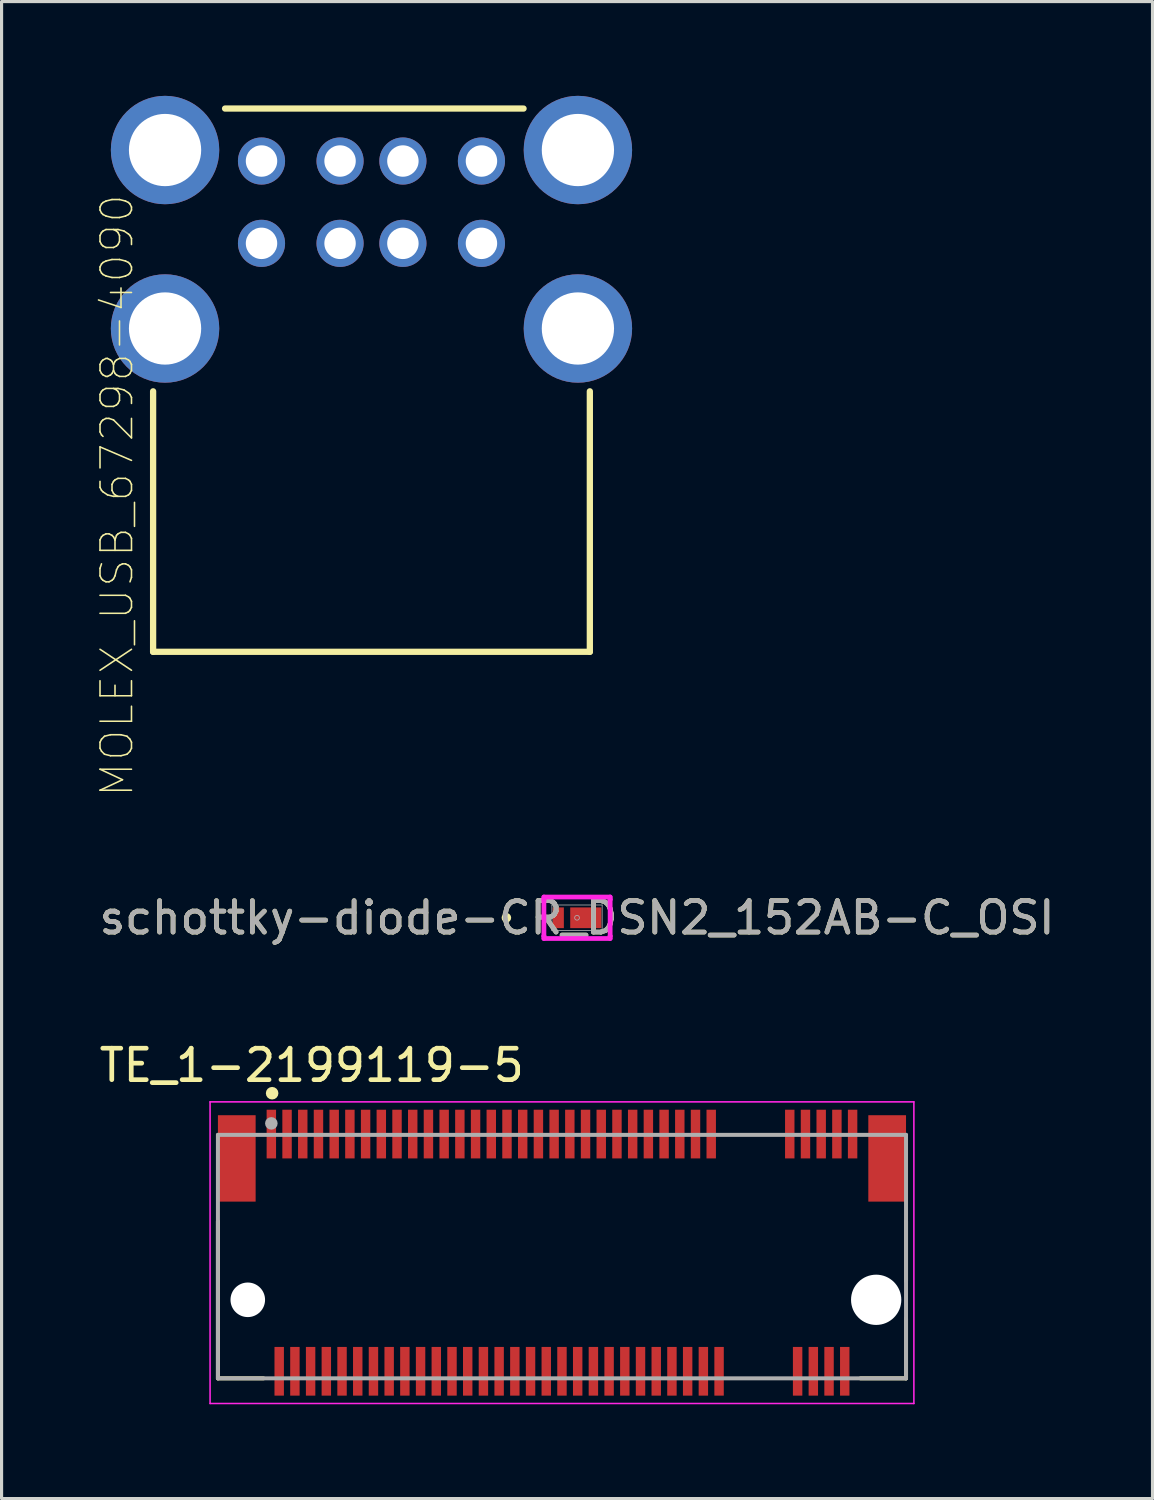
<source format=kicad_pcb>
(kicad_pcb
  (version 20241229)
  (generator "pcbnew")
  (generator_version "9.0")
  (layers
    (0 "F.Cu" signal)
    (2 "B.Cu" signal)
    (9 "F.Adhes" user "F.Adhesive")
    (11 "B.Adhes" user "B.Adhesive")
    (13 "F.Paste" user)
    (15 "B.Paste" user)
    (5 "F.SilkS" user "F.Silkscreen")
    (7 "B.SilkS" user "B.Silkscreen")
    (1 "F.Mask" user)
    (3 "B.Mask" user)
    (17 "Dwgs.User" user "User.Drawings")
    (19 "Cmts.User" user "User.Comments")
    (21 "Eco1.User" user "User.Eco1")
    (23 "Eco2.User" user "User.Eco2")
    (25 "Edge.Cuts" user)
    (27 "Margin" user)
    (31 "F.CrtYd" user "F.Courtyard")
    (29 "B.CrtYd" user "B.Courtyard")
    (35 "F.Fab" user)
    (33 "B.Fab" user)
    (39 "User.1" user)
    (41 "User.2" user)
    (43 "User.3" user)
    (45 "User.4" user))
  (footprint "TE_1-2199119-5"
    (layer "F.Cu")
    (at 14.836 36.819)
    (property "Reference" "TE_1-2199119-5" (at -7.965 -5.962 0) (layer "F.SilkS") (effects (font (size 1.001 1.001) (thickness 0.15))))
    (attr smd)
    (fp_line (start -10.95 -1) (end -10.95 4) (stroke (width 0.127) (type solid)) (layer "F.SilkS"))
    (fp_line (start -10.95 4) (end -9.5 4) (stroke (width 0.127) (type solid)) (layer "F.SilkS"))
    (fp_line (start 9.5 4) (end 10.95 4) (stroke (width 0.127) (type solid)) (layer "F.SilkS"))
    (fp_line (start 10.95 0.9) (end 10.95 -1) (stroke (width 0.127) (type solid)) (layer "F.SilkS"))
    (fp_line (start 10.95 4) (end 10.95 2.1) (stroke (width 0.127) (type solid)) (layer "F.SilkS"))
    (fp_circle (center -9.225 -5.075) (end -9.125 -5.075) (stroke (width 0.2) (type solid)) (fill no) (layer "F.SilkS"))
    (fp_line (start -11.2 -4.8) (end 11.2 -4.8) (stroke (width 0.05) (type solid)) (layer "F.CrtYd"))
    (fp_line (start -11.2 4.8) (end -11.2 -4.8) (stroke (width 0.05) (type solid)) (layer "F.CrtYd"))
    (fp_line (start 11.2 -4.8) (end 11.2 4.8) (stroke (width 0.05) (type solid)) (layer "F.CrtYd"))
    (fp_line (start 11.2 4.8) (end -11.2 4.8) (stroke (width 0.05) (type solid)) (layer "F.CrtYd"))
    (fp_line (start -10.95 -3.75) (end 10.95 -3.75) (stroke (width 0.127) (type solid)) (layer "F.Fab"))
    (fp_line (start -10.95 4) (end -10.95 -3.75) (stroke (width 0.127) (type solid)) (layer "F.Fab"))
    (fp_line (start 10.95 -3.75) (end 10.95 4) (stroke (width 0.127) (type solid)) (layer "F.Fab"))
    (fp_line (start 10.95 4) (end -10.95 4) (stroke (width 0.127) (type solid)) (layer "F.Fab"))
    (fp_circle (center -9.25 -4.115) (end -9.15 -4.115) (stroke (width 0.2) (type solid)) (fill no) (layer "F.Fab"))
    (pad "" np_thru_hole circle (at -10 1.5) (size 1.1 1.1) (drill 1.1) (layers "*.Cu" "*.Mask"))
    (pad "" np_thru_hole circle (at 10 1.5) (size 1.6 1.6) (drill 1.6) (layers "*.Cu" "*.Mask"))
    (pad "1" smd rect (at -9.25 -3.775) (size 0.3 1.55) (layers "F.Cu" "F.Mask" "F.Paste"))
    (pad "2" smd rect (at -9 3.775) (size 0.3 1.55) (layers "F.Cu" "F.Mask" "F.Paste"))
    (pad "3" smd rect (at -8.75 -3.775) (size 0.3 1.55) (layers "F.Cu" "F.Mask" "F.Paste"))
    (pad "4" smd rect (at -8.5 3.775) (size 0.3 1.55) (layers "F.Cu" "F.Mask" "F.Paste"))
    (pad "5" smd rect (at -8.25 -3.775) (size 0.3 1.55) (layers "F.Cu" "F.Mask" "F.Paste"))
    (pad "6" smd rect (at -8 3.775) (size 0.3 1.55) (layers "F.Cu" "F.Mask" "F.Paste"))
    (pad "7" smd rect (at -7.75 -3.775) (size 0.3 1.55) (layers "F.Cu" "F.Mask" "F.Paste"))
    (pad "8" smd rect (at -7.5 3.775) (size 0.3 1.55) (layers "F.Cu" "F.Mask" "F.Paste"))
    (pad "9" smd rect (at -7.25 -3.775) (size 0.3 1.55) (layers "F.Cu" "F.Mask" "F.Paste"))
    (pad "10" smd rect (at -7 3.775) (size 0.3 1.55) (layers "F.Cu" "F.Mask" "F.Paste"))
    (pad "11" smd rect (at -6.75 -3.775) (size 0.3 1.55) (layers "F.Cu" "F.Mask" "F.Paste"))
    (pad "12" smd rect (at -6.5 3.775) (size 0.3 1.55) (layers "F.Cu" "F.Mask" "F.Paste"))
    (pad "13" smd rect (at -6.25 -3.775) (size 0.3 1.55) (layers "F.Cu" "F.Mask" "F.Paste"))
    (pad "14" smd rect (at -6 3.775) (size 0.3 1.55) (layers "F.Cu" "F.Mask" "F.Paste"))
    (pad "15" smd rect (at -5.75 -3.775) (size 0.3 1.55) (layers "F.Cu" "F.Mask" "F.Paste"))
    (pad "16" smd rect (at -5.5 3.775) (size 0.3 1.55) (layers "F.Cu" "F.Mask" "F.Paste"))
    (pad "17" smd rect (at -5.25 -3.775) (size 0.3 1.55) (layers "F.Cu" "F.Mask" "F.Paste"))
    (pad "18" smd rect (at -5 3.775) (size 0.3 1.55) (layers "F.Cu" "F.Mask" "F.Paste"))
    (pad "19" smd rect (at -4.75 -3.775) (size 0.3 1.55) (layers "F.Cu" "F.Mask" "F.Paste"))
    (pad "20" smd rect (at -4.5 3.775) (size 0.3 1.55) (layers "F.Cu" "F.Mask" "F.Paste"))
    (pad "21" smd rect (at -4.25 -3.775) (size 0.3 1.55) (layers "F.Cu" "F.Mask" "F.Paste"))
    (pad "22" smd rect (at -4 3.775) (size 0.3 1.55) (layers "F.Cu" "F.Mask" "F.Paste"))
    (pad "23" smd rect (at -3.75 -3.775) (size 0.3 1.55) (layers "F.Cu" "F.Mask" "F.Paste"))
    (pad "24" smd rect (at -3.5 3.775) (size 0.3 1.55) (layers "F.Cu" "F.Mask" "F.Paste"))
    (pad "25" smd rect (at -3.25 -3.775) (size 0.3 1.55) (layers "F.Cu" "F.Mask" "F.Paste"))
    (pad "26" smd rect (at -3 3.775) (size 0.3 1.55) (layers "F.Cu" "F.Mask" "F.Paste"))
    (pad "27" smd rect (at -2.75 -3.775) (size 0.3 1.55) (layers "F.Cu" "F.Mask" "F.Paste"))
    (pad "28" smd rect (at -2.5 3.775) (size 0.3 1.55) (layers "F.Cu" "F.Mask" "F.Paste"))
    (pad "29" smd rect (at -2.25 -3.775) (size 0.3 1.55) (layers "F.Cu" "F.Mask" "F.Paste"))
    (pad "30" smd rect (at -2 3.775) (size 0.3 1.55) (layers "F.Cu" "F.Mask" "F.Paste"))
    (pad "31" smd rect (at -1.75 -3.775) (size 0.3 1.55) (layers "F.Cu" "F.Mask" "F.Paste"))
    (pad "32" smd rect (at -1.5 3.775) (size 0.3 1.55) (layers "F.Cu" "F.Mask" "F.Paste"))
    (pad "33" smd rect (at -1.25 -3.775) (size 0.3 1.55) (layers "F.Cu" "F.Mask" "F.Paste"))
    (pad "34" smd rect (at -1 3.775) (size 0.3 1.55) (layers "F.Cu" "F.Mask" "F.Paste"))
    (pad "35" smd rect (at -0.75 -3.775) (size 0.3 1.55) (layers "F.Cu" "F.Mask" "F.Paste"))
    (pad "36" smd rect (at -0.5 3.775) (size 0.3 1.55) (layers "F.Cu" "F.Mask" "F.Paste"))
    (pad "37" smd rect (at -0.25 -3.775) (size 0.3 1.55) (layers "F.Cu" "F.Mask" "F.Paste"))
    (pad "38" smd rect (at 0 3.775) (size 0.3 1.55) (layers "F.Cu" "F.Mask" "F.Paste"))
    (pad "39" smd rect (at 0.25 -3.775) (size 0.3 1.55) (layers "F.Cu" "F.Mask" "F.Paste"))
    (pad "40" smd rect (at 0.5 3.775) (size 0.3 1.55) (layers "F.Cu" "F.Mask" "F.Paste"))
    (pad "41" smd rect (at 0.75 -3.775) (size 0.3 1.55) (layers "F.Cu" "F.Mask" "F.Paste"))
    (pad "42" smd rect (at 1 3.775) (size 0.3 1.55) (layers "F.Cu" "F.Mask" "F.Paste"))
    (pad "43" smd rect (at 1.25 -3.775) (size 0.3 1.55) (layers "F.Cu" "F.Mask" "F.Paste"))
    (pad "44" smd rect (at 1.5 3.775) (size 0.3 1.55) (layers "F.Cu" "F.Mask" "F.Paste"))
    (pad "45" smd rect (at 1.75 -3.775) (size 0.3 1.55) (layers "F.Cu" "F.Mask" "F.Paste"))
    (pad "46" smd rect (at 2 3.775) (size 0.3 1.55) (layers "F.Cu" "F.Mask" "F.Paste"))
    (pad "47" smd rect (at 2.25 -3.775) (size 0.3 1.55) (layers "F.Cu" "F.Mask" "F.Paste"))
    (pad "48" smd rect (at 2.5 3.775) (size 0.3 1.55) (layers "F.Cu" "F.Mask" "F.Paste"))
    (pad "49" smd rect (at 2.75 -3.775) (size 0.3 1.55) (layers "F.Cu" "F.Mask" "F.Paste"))
    (pad "50" smd rect (at 3 3.775) (size 0.3 1.55) (layers "F.Cu" "F.Mask" "F.Paste"))
    (pad "51" smd rect (at 3.25 -3.775) (size 0.3 1.55) (layers "F.Cu" "F.Mask" "F.Paste"))
    (pad "52" smd rect (at 3.5 3.775) (size 0.3 1.55) (layers "F.Cu" "F.Mask" "F.Paste"))
    (pad "53" smd rect (at 3.75 -3.775) (size 0.3 1.55) (layers "F.Cu" "F.Mask" "F.Paste"))
    (pad "54" smd rect (at 4 3.775) (size 0.3 1.55) (layers "F.Cu" "F.Mask" "F.Paste"))
    (pad "55" smd rect (at 4.25 -3.775) (size 0.3 1.55) (layers "F.Cu" "F.Mask" "F.Paste"))
    (pad "56" smd rect (at 4.5 3.775) (size 0.3 1.55) (layers "F.Cu" "F.Mask" "F.Paste"))
    (pad "57" smd rect (at 4.75 -3.775) (size 0.3 1.55) (layers "F.Cu" "F.Mask" "F.Paste"))
    (pad "58" smd rect (at 5 3.775) (size 0.3 1.55) (layers "F.Cu" "F.Mask" "F.Paste"))
    (pad "67" smd rect (at 7.25 -3.775) (size 0.3 1.55) (layers "F.Cu" "F.Mask" "F.Paste"))
    (pad "68" smd rect (at 7.5 3.775) (size 0.3 1.55) (layers "F.Cu" "F.Mask" "F.Paste"))
    (pad "69" smd rect (at 7.75 -3.775) (size 0.3 1.55) (layers "F.Cu" "F.Mask" "F.Paste"))
    (pad "70" smd rect (at 8 3.775) (size 0.3 1.55) (layers "F.Cu" "F.Mask" "F.Paste"))
    (pad "71" smd rect (at 8.25 -3.775) (size 0.3 1.55) (layers "F.Cu" "F.Mask" "F.Paste"))
    (pad "72" smd rect (at 8.5 3.775) (size 0.3 1.55) (layers "F.Cu" "F.Mask" "F.Paste"))
    (pad "73" smd rect (at 8.75 -3.775) (size 0.3 1.55) (layers "F.Cu" "F.Mask" "F.Paste"))
    (pad "74" smd rect (at 9 3.775) (size 0.3 1.55) (layers "F.Cu" "F.Mask" "F.Paste"))
    (pad "75" smd rect (at 9.25 -3.775) (size 0.3 1.55) (layers "F.Cu" "F.Mask" "F.Paste"))
    (pad "SH1" smd rect (at -10.35 -3) (size 1.2 2.75) (layers "F.Cu" "F.Mask" "F.Paste"))
    (pad "SH2" smd rect (at 10.35 -3) (size 1.2 2.75) (layers "F.Cu" "F.Mask" "F.Paste")))
  (footprint "schottky-diode-CR_DSN2_152AB-C_OSI"
    (layer "F.Cu")
    (at 15.315 26.16)
    (property "Reference" "schottky-diode-CR_DSN2_152AB-C_OSI" (at 0 0 0) (unlocked yes) (layer "F.SilkS") (effects (font (size 1 1) (thickness 0.15))))
    (attr smd)
    (fp_circle (center -2.248 0) (end -2.172 0) (stroke (width 0.152) (type solid)) (fill no) (layer "F.SilkS"))
    (fp_line (start -1.054 -0.66) (end 1.054 -0.66) (stroke (width 0.152) (type solid)) (layer "F.CrtYd"))
    (fp_line (start -1.054 -0.584) (end -1.054 -0.66) (stroke (width 0.152) (type solid)) (layer "F.CrtYd"))
    (fp_line (start -1.054 -0.584) (end -1.054 -0.584) (stroke (width 0.152) (type solid)) (layer "F.CrtYd"))
    (fp_line (start -1.054 0.584) (end -1.054 -0.584) (stroke (width 0.152) (type solid)) (layer "F.CrtYd"))
    (fp_line (start -1.054 0.584) (end -1.054 0.584) (stroke (width 0.152) (type solid)) (layer "F.CrtYd"))
    (fp_line (start -1.054 0.66) (end -1.054 0.584) (stroke (width 0.152) (type solid)) (layer "F.CrtYd"))
    (fp_line (start 1.054 -0.66) (end 1.054 -0.584) (stroke (width 0.152) (type solid)) (layer "F.CrtYd"))
    (fp_line (start 1.054 -0.584) (end 1.054 -0.584) (stroke (width 0.152) (type solid)) (layer "F.CrtYd"))
    (fp_line (start 1.054 -0.584) (end 1.054 0.584) (stroke (width 0.152) (type solid)) (layer "F.CrtYd"))
    (fp_line (start 1.054 0.584) (end 1.054 0.584) (stroke (width 0.152) (type solid)) (layer "F.CrtYd"))
    (fp_line (start 1.054 0.584) (end 1.054 0.66) (stroke (width 0.152) (type solid)) (layer "F.CrtYd"))
    (fp_line (start 1.054 0.66) (end -1.054 0.66) (stroke (width 0.152) (type solid)) (layer "F.CrtYd"))
    (fp_line (start -0.8 -0.406) (end -0.8 0.406) (stroke (width 0.025) (type solid)) (layer "F.Fab"))
    (fp_line (start -0.8 0.406) (end 0.8 0.406) (stroke (width 0.025) (type solid)) (layer "F.Fab"))
    (fp_line (start 0.8 -0.406) (end -0.8 -0.406) (stroke (width 0.025) (type solid)) (layer "F.Fab"))
    (fp_line (start 0.8 0.406) (end 0.8 -0.406) (stroke (width 0.025) (type solid)) (layer "F.Fab"))
    (fp_circle (center 0 0) (end 0.076 0) (stroke (width 0.025) (type solid)) (fill no) (layer "F.Fab"))
    (fp_text user "${REFERENCE}" (at 0 0 0) (unlocked yes) (layer "F.Fab") (effects (font (size 1 1) (thickness 0.15))))
    (pad "1" smd rect (at -0.597 0) (size 0.356 0.66) (layers "F.Cu" "F.Mask" "F.Paste"))
    (pad "2" smd rect (at 0.279 0) (size 0.991 0.66) (layers "F.Cu" "F.Mask" "F.Paste")))
  (footprint "MOLEX_USB_67298-4090"
    (layer "F.Cu")
    (at 8.773 7.405)
    (property "Reference" "MOLEX_USB_67298-4090" (at -8.099 5.319 90) (layer "F.SilkS") (effects (font (size 1.002 1.002) (thickness 0.05))))
    (attr through_hole)
    (fp_line (start -6.95 10.29) (end -6.95 2) (stroke (width 0.2) (type solid)) (layer "F.SilkS"))
    (fp_line (start -6.95 10.29) (end 6.95 10.29) (stroke (width 0.2) (type solid)) (layer "F.SilkS"))
    (fp_line (start -4.66 -7) (end 4.84 -7) (stroke (width 0.2) (type solid)) (layer "F.SilkS"))
    (fp_line (start 6.95 2) (end 6.95 10.29) (stroke (width 0.2) (type solid)) (layer "F.SilkS"))
    (fp_line (start -7.8 -7.25) (end 7.8 -7.25) (stroke (width 0.05) (type solid)) (layer "Eco1.User"))
    (fp_line (start -7.8 -4.5) (end -7.8 -7.25) (stroke (width 0.05) (type solid)) (layer "Eco1.User"))
    (fp_line (start -7.8 -1.25) (end -7.2 -1.25) (stroke (width 0.05) (type solid)) (layer "Eco1.User"))
    (fp_line (start -7.8 1.25) (end -7.8 -1.25) (stroke (width 0.05) (type solid)) (layer "Eco1.User"))
    (fp_line (start -7.2 -4.5) (end -7.8 -4.5) (stroke (width 0.05) (type solid)) (layer "Eco1.User"))
    (fp_line (start -7.2 -1.25) (end -7.2 -4.5) (stroke (width 0.05) (type solid)) (layer "Eco1.User"))
    (fp_line (start -7.2 1.25) (end -7.8 1.25) (stroke (width 0.05) (type solid)) (layer "Eco1.User"))
    (fp_line (start -7.2 10.45) (end -7.2 1.25) (stroke (width 0.05) (type solid)) (layer "Eco1.User"))
    (fp_line (start 7.2 -4.5) (end 7.2 -1.25) (stroke (width 0.05) (type solid)) (layer "Eco1.User"))
    (fp_line (start 7.2 -1.25) (end 7.8 -1.25) (stroke (width 0.05) (type solid)) (layer "Eco1.User"))
    (fp_line (start 7.2 1.25) (end 7.2 10.45) (stroke (width 0.05) (type solid)) (layer "Eco1.User"))
    (fp_line (start 7.2 10.45) (end -7.2 10.45) (stroke (width 0.05) (type solid)) (layer "Eco1.User"))
    (fp_line (start 7.8 -7.25) (end 7.8 -4.5) (stroke (width 0.05) (type solid)) (layer "Eco1.User"))
    (fp_line (start 7.8 -4.5) (end 7.2 -4.5) (stroke (width 0.05) (type solid)) (layer "Eco1.User"))
    (fp_line (start 7.8 -1.25) (end 7.8 1.25) (stroke (width 0.05) (type solid)) (layer "Eco1.User"))
    (fp_line (start 7.8 1.25) (end 7.2 1.25) (stroke (width 0.05) (type solid)) (layer "Eco1.User"))
    (pad "1" thru_hole circle (at -3.5 -5.33) (size 1.5 1.5) (drill 1) (layers "*.Cu" "*.Mask"))
    (pad "2" thru_hole circle (at -1 -5.33) (size 1.5 1.5) (drill 1) (layers "*.Cu" "*.Mask"))
    (pad "3" thru_hole circle (at 1 -5.33) (size 1.5 1.5) (drill 1) (layers "*.Cu" "*.Mask"))
    (pad "4" thru_hole circle (at 3.5 -5.33) (size 1.5 1.5) (drill 1) (layers "*.Cu" "*.Mask"))
    (pad "5" thru_hole circle (at -3.5 -2.71) (size 1.5 1.5) (drill 1) (layers "*.Cu" "*.Mask"))
    (pad "6" thru_hole circle (at -1 -2.71) (size 1.5 1.5) (drill 1) (layers "*.Cu" "*.Mask"))
    (pad "7" thru_hole circle (at 1 -2.71) (size 1.5 1.5) (drill 1) (layers "*.Cu" "*.Mask"))
    (pad "8" thru_hole circle (at 3.5 -2.71) (size 1.5 1.5) (drill 1) (layers "*.Cu" "*.Mask"))
    (pad "MT1" thru_hole circle (at -6.57 0) (size 3.45 3.45) (drill 2.3) (layers "*.Cu" "*.Mask"))
    (pad "MT2" thru_hole circle (at 6.57 0) (size 3.45 3.45) (drill 2.3) (layers "*.Cu" "*.Mask"))
    (pad "MT3" thru_hole circle (at -6.57 -5.68) (size 3.45 3.45) (drill 2.3) (layers "*.Cu" "*.Mask"))
    (pad "MT4" thru_hole circle (at 6.57 -5.68) (size 3.45 3.45) (drill 2.3) (layers "*.Cu" "*.Mask")))
  (gr_rect
    (start -3 -3)
    (end 33.631 44.644)
    (stroke (width 0.1) (type default))
    (fill no)
    (layer "Edge.Cuts")))
</source>
